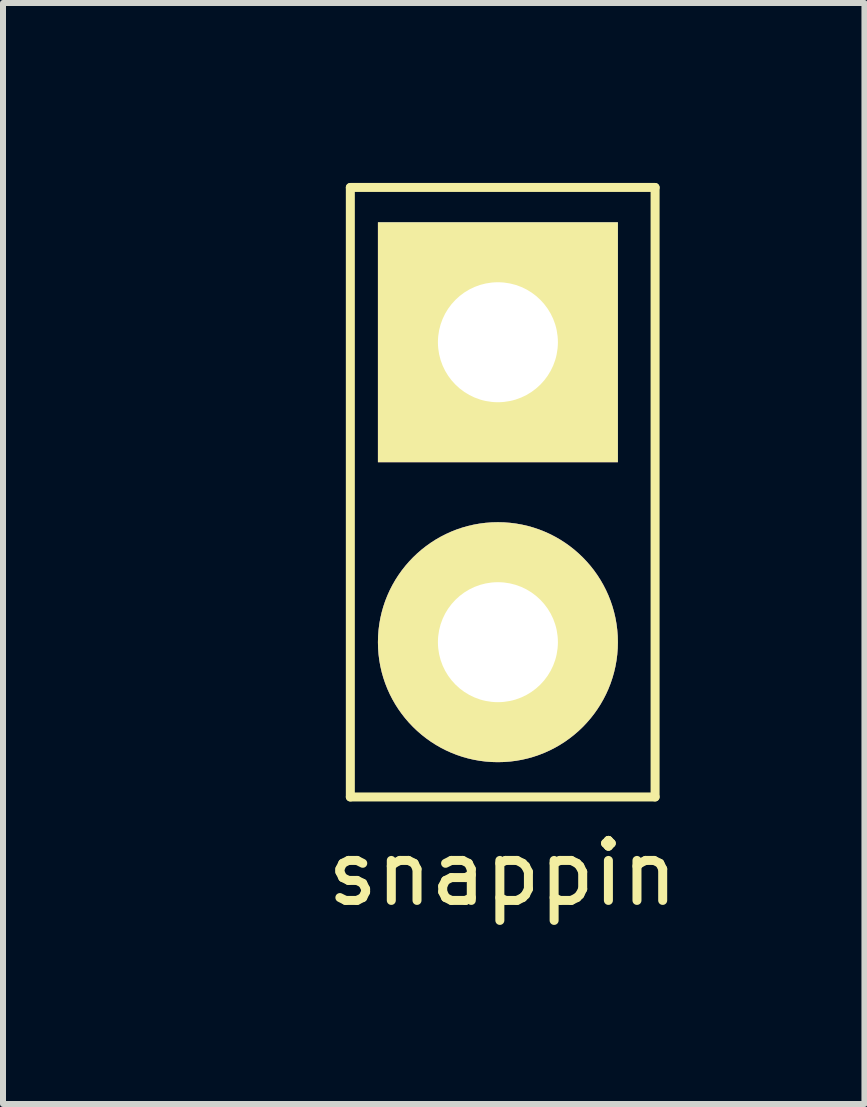
<source format=kicad_pcb>
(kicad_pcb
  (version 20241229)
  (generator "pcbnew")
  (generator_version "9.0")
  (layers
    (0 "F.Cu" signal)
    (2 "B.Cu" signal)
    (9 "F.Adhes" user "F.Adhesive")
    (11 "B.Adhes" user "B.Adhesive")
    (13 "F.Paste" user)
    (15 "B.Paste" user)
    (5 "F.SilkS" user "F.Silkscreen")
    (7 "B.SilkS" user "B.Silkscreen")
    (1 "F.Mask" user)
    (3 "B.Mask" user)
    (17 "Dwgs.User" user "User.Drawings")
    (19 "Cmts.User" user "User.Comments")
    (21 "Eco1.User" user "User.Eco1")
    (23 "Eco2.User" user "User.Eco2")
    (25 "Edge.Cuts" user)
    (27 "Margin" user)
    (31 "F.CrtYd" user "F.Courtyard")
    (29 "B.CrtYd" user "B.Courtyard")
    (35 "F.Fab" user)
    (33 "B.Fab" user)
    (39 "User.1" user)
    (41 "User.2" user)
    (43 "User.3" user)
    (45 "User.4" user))
  (footprint "snappin"
    (layer "F.Cu")
    (at 0.25 5.155)
    (property "Reference" "snappin" (at 5.08 6.35 0) (layer "F.SilkS") (effects (font (size 1 1) (thickness 0.15))))
    (attr through_hole)
    (fp_line (start 2.54 -5.08) (end 2.54 5.08) (stroke (width 0.15) (type solid)) (layer "F.SilkS"))
    (fp_line (start 2.54 5.08) (end 7.62 5.08) (stroke (width 0.15) (type solid)) (layer "F.SilkS"))
    (fp_line (start 7.62 -5.08) (end 2.54 -5.08) (stroke (width 0.15) (type solid)) (layer "F.SilkS"))
    (fp_line (start 7.62 5.08) (end 7.62 -5.08) (stroke (width 0.15) (type solid)) (layer "F.SilkS"))
    (pad "1" thru_hole rect (at 5 -2.5) (size 4 4) (drill oval 2) (layers "*.Cu" "*.Mask" "F.SilkS"))
    (pad "2" thru_hole oval (at 5 2.5) (size 4 4) (drill oval 2) (layers "*.Cu" "*.Mask" "F.SilkS")))
  (gr_rect
    (start -3 -3)
    (end 11.36 15.353)
    (stroke (width 0.1) (type default))
    (fill no)
    (layer "Edge.Cuts")))
</source>
